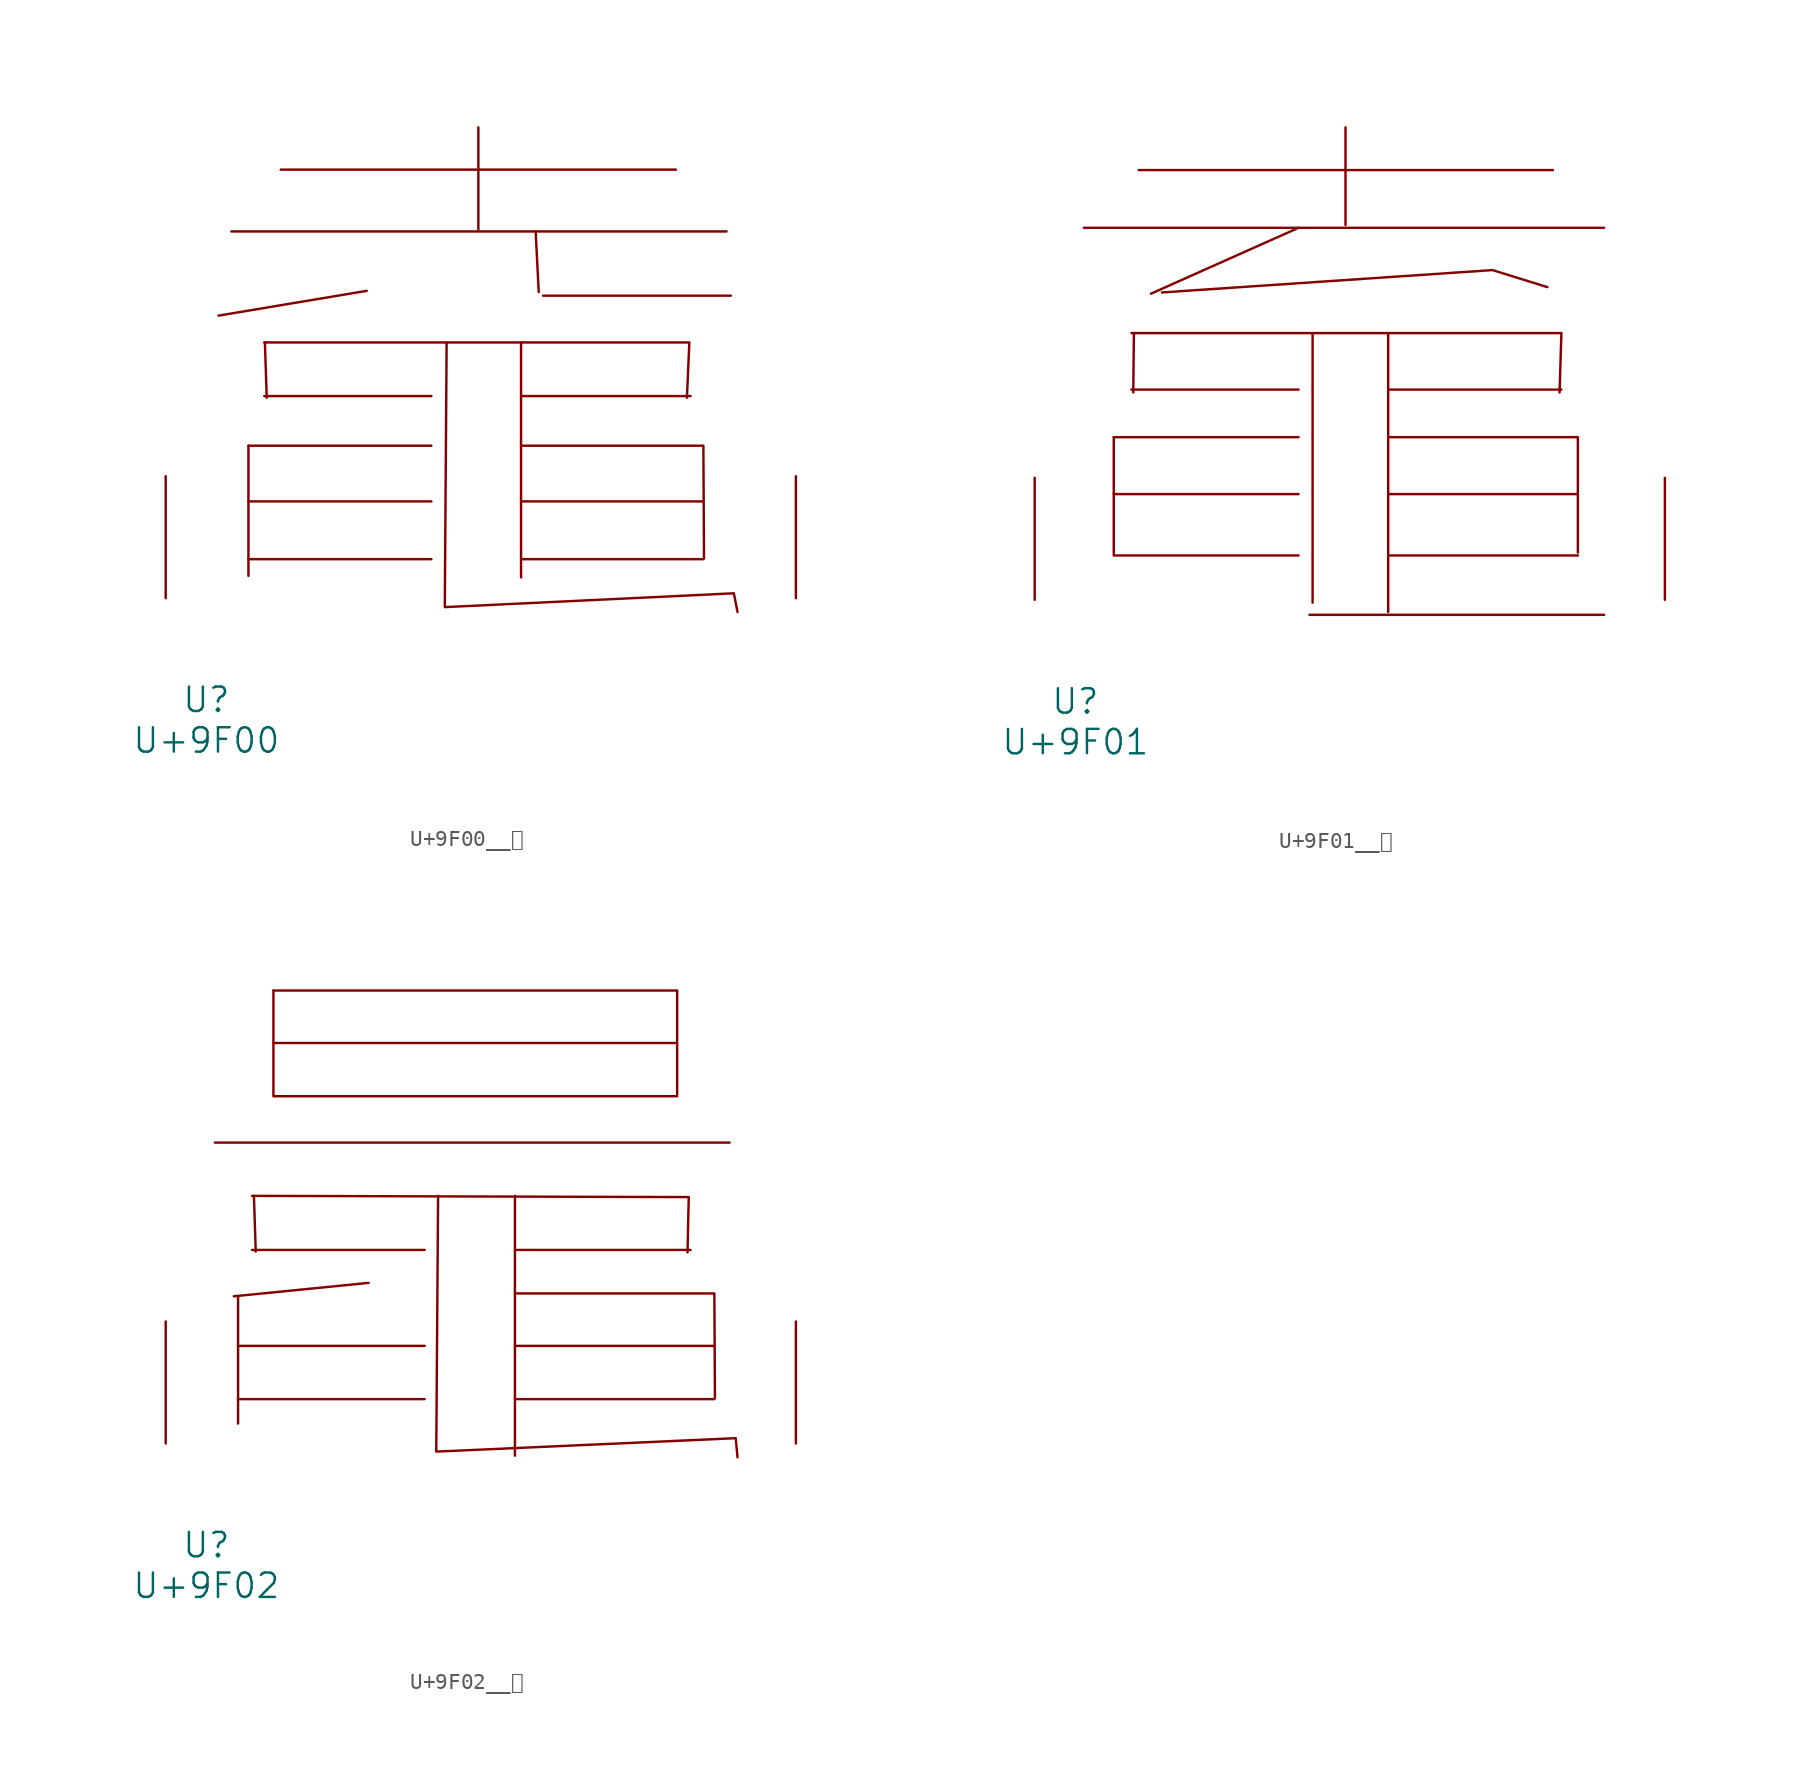
<source format=kicad_sym>
(kicad_symbol_lib
  (version 20231120)
  (generator "kicad_symbol_editor")
  (generator_version "8.0")
  (symbol "U+9F00__鼀"
    (pin_names
      (offset 1.016))
    (property "Reference" "U"
      (at 0 -6.35 0)
      (effects (font (size 1.524 1.524))))
    (property "Value" "U+9F00"
      (at 0 -8.89 0)
      (effects (font (size 1.524 1.524))))
    (symbol "U+9F00__鼀_0_1"
      (polyline (pts (xy 1.562 22.911) (xy 32.499 22.911)) (stroke (width 0) (type solid)) (fill (type none)))
      (polyline (pts (xy 2.629 2.438) (xy 14.059 2.438)) (stroke (width 0) (type solid)) (fill (type none)))
      (polyline (pts (xy 2.629 6.045) (xy 14.059 6.045)) (stroke (width 0) (type solid)) (fill (type none)))
      (polyline (pts (xy 2.629 9.525) (xy 2.629 1.397)) (stroke (width 0) (type solid)) (fill (type none)))
      (polyline (pts (xy 2.629 9.525) (xy 14.059 9.525)) (stroke (width 0) (type solid)) (fill (type none)))
      (polyline (pts (xy 3.619 12.624) (xy 14.059 12.624)) (stroke (width 0) (type solid)) (fill (type none)))
      (polyline (pts (xy 3.658 15.977) (xy 3.772 12.522)) (stroke (width 0) (type solid)) (fill (type none)))
      (polyline (pts (xy 4.648 26.772) (xy 29.337 26.772)) (stroke (width 0) (type solid)) (fill (type none)))
      (polyline (pts (xy 10.02 19.202) (xy 0.762 17.653)) (stroke (width 0) (type solid)) (fill (type none)))
      (polyline (pts (xy 16.993 29.413) (xy 16.993 23.012)) (stroke (width 0) (type solid)) (fill (type none)))
      (polyline (pts (xy 19.66 2.438) (xy 31.052 2.438)) (stroke (width 0) (type solid)) (fill (type none)))
      (polyline (pts (xy 19.66 6.045) (xy 31.052 6.045)) (stroke (width 0) (type solid)) (fill (type none)))
      (polyline (pts (xy 19.66 12.624) (xy 30.251 12.624)) (stroke (width 0) (type solid)) (fill (type none)))
      (polyline (pts (xy 19.66 15.977) (xy 19.66 1.295)) (stroke (width 0) (type solid)) (fill (type none)))
      (polyline (pts (xy 20.574 22.911) (xy 20.765 19.126)) (stroke (width 0) (type solid)) (fill (type none)))
      (polyline (pts (xy 21.031 18.898) (xy 32.766 18.898)) (stroke (width 0) (type solid)) (fill (type none)))
      (polyline (pts (xy 3.619 15.977) (xy 30.175 15.977) (xy 30.023 12.522)) (stroke (width 0) (type solid)) (fill (type none)))
      (polyline (pts (xy 19.66 9.525) (xy 31.052 9.525) (xy 31.09 2.489)) (stroke (width 0) (type solid)) (fill (type none)))
      (polyline (pts (xy 15.011 15.977) (xy 14.897 -0.559) (xy 32.956 0.305) (xy 33.185 -0.864)) (stroke (width 0) (type solid)) (fill (type none)))
      (pin input line (at -2.54 0 90) (length 7.62) (name "~" (effects (font (size 1.27 1.27)))) (number "~" (effects (font (size 1.27 1.27)))))
      (pin input line (at 36.83 0 90) (length 7.62) (name "~" (effects (font (size 1.27 1.27)))) (number "~" (effects (font (size 1.27 1.27)))))))
  (symbol "U+9F01__鼁"
    (pin_names
      (offset 1.016))
    (property "Reference" "U"
      (at 0 -6.35 0)
      (effects (font (size 1.524 1.524))))
    (property "Value" "U+9F01"
      (at 0 -8.89 0)
      (effects (font (size 1.524 1.524))))
    (symbol "U+9F01__鼁_0_1"
      (polyline (pts (xy 0.533 23.241) (xy 33.033 23.241)) (stroke (width 0) (type solid)) (fill (type none)))
      (polyline (pts (xy 2.4 2.769) (xy 13.945 2.769)) (stroke (width 0) (type solid)) (fill (type none)))
      (polyline (pts (xy 2.4 6.604) (xy 13.945 6.604)) (stroke (width 0) (type solid)) (fill (type none)))
      (polyline (pts (xy 2.4 10.16) (xy 2.4 2.845)) (stroke (width 0) (type solid)) (fill (type none)))
      (polyline (pts (xy 2.4 10.16) (xy 13.945 10.16)) (stroke (width 0) (type solid)) (fill (type none)))
      (polyline (pts (xy 3.505 13.132) (xy 13.945 13.132)) (stroke (width 0) (type solid)) (fill (type none)))
      (polyline (pts (xy 3.658 16.662) (xy 3.619 12.954)) (stroke (width 0) (type solid)) (fill (type none)))
      (polyline (pts (xy 3.962 26.848) (xy 29.832 26.848)) (stroke (width 0) (type solid)) (fill (type none)))
      (polyline (pts (xy 13.945 23.241) (xy 4.724 19.126)) (stroke (width 0) (type solid)) (fill (type none)))
      (polyline (pts (xy 14.63 -0.94) (xy 33.033 -0.94)) (stroke (width 0) (type solid)) (fill (type none)))
      (polyline (pts (xy 14.821 16.662) (xy 14.821 -0.178)) (stroke (width 0) (type solid)) (fill (type none)))
      (polyline (pts (xy 16.878 29.515) (xy 16.878 23.419)) (stroke (width 0) (type solid)) (fill (type none)))
      (polyline (pts (xy 19.545 2.769) (xy 31.394 2.769)) (stroke (width 0) (type solid)) (fill (type none)))
      (polyline (pts (xy 19.545 6.604) (xy 31.394 6.604)) (stroke (width 0) (type solid)) (fill (type none)))
      (polyline (pts (xy 19.545 13.132) (xy 30.366 13.132)) (stroke (width 0) (type solid)) (fill (type none)))
      (polyline (pts (xy 19.545 16.662) (xy 19.545 -0.762)) (stroke (width 0) (type solid)) (fill (type none)))
      (polyline (pts (xy 3.505 16.662) (xy 30.366 16.662) (xy 30.251 12.954)) (stroke (width 0) (type solid)) (fill (type none)))
      (polyline (pts (xy 5.41 19.202) (xy 26.06 20.599) (xy 29.489 19.533)) (stroke (width 0) (type solid)) (fill (type none)))
      (polyline (pts (xy 19.545 10.16) (xy 31.394 10.16) (xy 31.394 2.946)) (stroke (width 0) (type solid)) (fill (type none)))
      (pin input line (at -2.54 0 90) (length 7.62) (name "~" (effects (font (size 1.27 1.27)))) (number "~" (effects (font (size 1.27 1.27)))))
      (pin input line (at 36.83 0 90) (length 7.62) (name "~" (effects (font (size 1.27 1.27)))) (number "~" (effects (font (size 1.27 1.27)))))))
  (symbol "U+9F02__鼂"
    (pin_names
      (offset 1.016))
    (property "Reference" "U"
      (at 0 -6.35 0)
      (effects (font (size 1.524 1.524))))
    (property "Value" "U+9F02"
      (at 0 -8.89 0)
      (effects (font (size 1.524 1.524))))
    (symbol "U+9F02__鼂_0_1"
      (polyline (pts (xy 0.533 18.796) (xy 32.69 18.796)) (stroke (width 0) (type solid)) (fill (type none)))
      (polyline (pts (xy 1.981 2.769) (xy 13.64 2.769)) (stroke (width 0) (type solid)) (fill (type none)))
      (polyline (pts (xy 1.981 6.096) (xy 13.64 6.096)) (stroke (width 0) (type solid)) (fill (type none)))
      (polyline (pts (xy 1.981 9.195) (xy 1.981 1.245)) (stroke (width 0) (type solid)) (fill (type none)))
      (polyline (pts (xy 2.857 12.09) (xy 13.64 12.09)) (stroke (width 0) (type solid)) (fill (type none)))
      (polyline (pts (xy 2.972 15.469) (xy 3.086 11.989)) (stroke (width 0) (type solid)) (fill (type none)))
      (polyline (pts (xy 4.191 21.692) (xy 29.413 21.692)) (stroke (width 0) (type solid)) (fill (type none)))
      (polyline (pts (xy 4.191 25.019) (xy 29.413 25.019)) (stroke (width 0) (type solid)) (fill (type none)))
      (polyline (pts (xy 4.191 28.296) (xy 4.191 21.768)) (stroke (width 0) (type solid)) (fill (type none)))
      (polyline (pts (xy 10.135 10.033) (xy 1.714 9.195)) (stroke (width 0) (type solid)) (fill (type none)))
      (polyline (pts (xy 19.279 2.769) (xy 31.737 2.769)) (stroke (width 0) (type solid)) (fill (type none)))
      (polyline (pts (xy 19.279 6.096) (xy 31.737 6.096)) (stroke (width 0) (type solid)) (fill (type none)))
      (polyline (pts (xy 19.279 12.09) (xy 30.251 12.09)) (stroke (width 0) (type solid)) (fill (type none)))
      (polyline (pts (xy 19.279 15.469) (xy 19.279 -0.762)) (stroke (width 0) (type solid)) (fill (type none)))
      (polyline (pts (xy 2.857 15.469) (xy 30.137 15.392) (xy 30.061 11.938)) (stroke (width 0) (type solid)) (fill (type none)))
      (polyline (pts (xy 4.191 28.296) (xy 29.413 28.296) (xy 29.413 21.768)) (stroke (width 0) (type solid)) (fill (type none)))
      (polyline (pts (xy 19.279 9.373) (xy 31.737 9.373) (xy 31.775 2.845)) (stroke (width 0) (type solid)) (fill (type none)))
      (polyline (pts (xy 14.478 15.469) (xy 14.364 -0.508) (xy 33.071 0.33) (xy 33.185 -0.864)) (stroke (width 0) (type solid)) (fill (type none)))
      (pin input line (at -2.54 0 90) (length 7.62) (name "~" (effects (font (size 1.27 1.27)))) (number "~" (effects (font (size 1.27 1.27)))))
      (pin input line (at 36.83 0 90) (length 7.62) (name "~" (effects (font (size 1.27 1.27)))) (number "~" (effects (font (size 1.27 1.27))))))))
</source>
